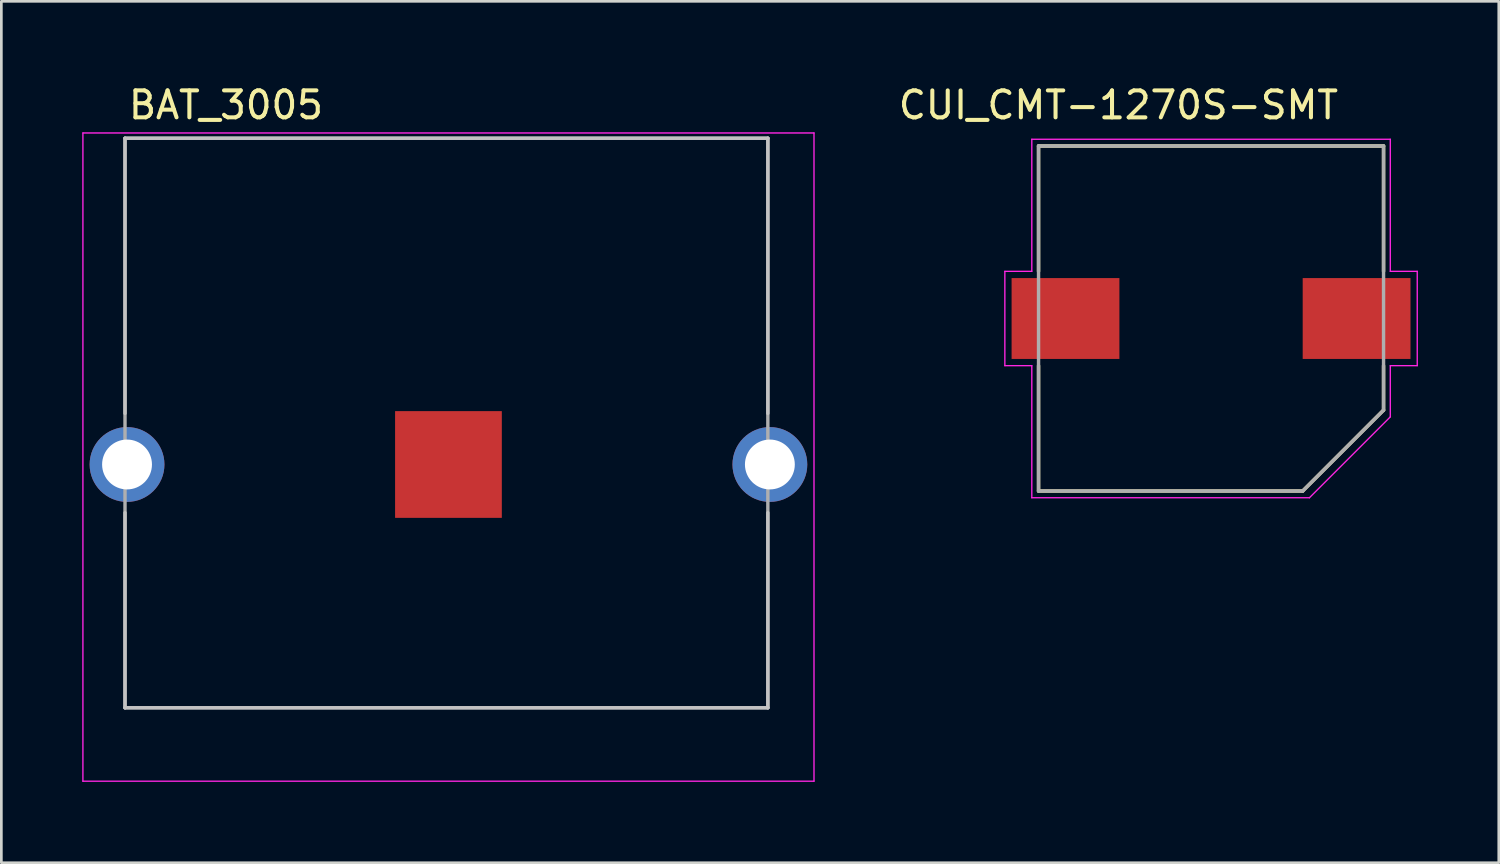
<source format=kicad_pcb>
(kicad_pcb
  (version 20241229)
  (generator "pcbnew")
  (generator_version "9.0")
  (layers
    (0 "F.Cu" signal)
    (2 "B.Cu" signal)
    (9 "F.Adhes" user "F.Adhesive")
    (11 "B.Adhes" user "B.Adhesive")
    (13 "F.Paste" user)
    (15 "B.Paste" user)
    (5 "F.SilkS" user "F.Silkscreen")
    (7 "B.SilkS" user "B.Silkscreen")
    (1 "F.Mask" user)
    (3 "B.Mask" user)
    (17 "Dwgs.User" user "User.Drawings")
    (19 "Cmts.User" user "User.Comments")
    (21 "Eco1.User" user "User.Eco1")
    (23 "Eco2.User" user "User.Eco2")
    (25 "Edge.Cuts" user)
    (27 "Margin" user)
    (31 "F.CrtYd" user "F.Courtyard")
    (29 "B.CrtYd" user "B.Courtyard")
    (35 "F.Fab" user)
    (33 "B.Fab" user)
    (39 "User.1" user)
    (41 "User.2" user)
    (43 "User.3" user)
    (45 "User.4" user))
  (footprint "BAT_3005"
    (layer "F.Cu")
    (at 13.588 14.183)
    (property "Reference" "BAT_3005" (at -8.255 -13.335 0) (layer "F.SilkS") (effects (font (size 1 1) (thickness 0.15))))
    (attr through_hole)
    (fp_line (start -12 -12.104) (end 11.85 -12.104) (stroke (width 0.127) (type solid)) (layer "Dwgs.User"))
    (fp_line (start -12 -1.896) (end -12 -12.104) (stroke (width 0.127) (type solid)) (layer "Dwgs.User"))
    (fp_line (start -12 9.026) (end -12 1.789) (stroke (width 0.127) (type solid)) (layer "Dwgs.User"))
    (fp_line (start 11.85 -12.104) (end 11.85 -1.896) (stroke (width 0.127) (type solid)) (layer "Dwgs.User"))
    (fp_line (start 11.85 9.026) (end -12 9.026) (stroke (width 0.127) (type solid)) (layer "Dwgs.User"))
    (fp_line (start 11.85 9.026) (end 11.85 1.789) (stroke (width 0.127) (type solid)) (layer "Dwgs.User"))
    (fp_line (start -13.562 -12.3) (end -13.562 11.75) (stroke (width 0.05) (type solid)) (layer "F.CrtYd"))
    (fp_line (start -13.562 11.75) (end 13.562 11.75) (stroke (width 0.05) (type solid)) (layer "F.CrtYd"))
    (fp_line (start 13.562 -12.3) (end -13.562 -12.3) (stroke (width 0.05) (type solid)) (layer "F.CrtYd"))
    (fp_line (start 13.562 11.75) (end 13.562 -12.3) (stroke (width 0.05) (type solid)) (layer "F.CrtYd"))
    (fp_line (start -12 -12.104) (end 11.85 -12.104) (stroke (width 0.127) (type solid)) (layer "F.Fab"))
    (fp_line (start -12 9.026) (end -12 -12.104) (stroke (width 0.127) (type solid)) (layer "F.Fab"))
    (fp_line (start 11.85 -12.104) (end 11.85 9.026) (stroke (width 0.127) (type solid)) (layer "F.Fab"))
    (fp_line (start 11.85 9.026) (end -12 9.026) (stroke (width 0.127) (type solid)) (layer "F.Fab"))
    (pad "1" thru_hole circle (at -11.925 0) (size 2.775 2.775) (drill 1.85) (layers "*.Cu" "*.Mask"))
    (pad "1" thru_hole circle (at 11.925 0) (size 2.775 2.775) (drill 1.85) (layers "*.Cu" "*.Mask"))
    (pad "2" smd rect (at 0 0) (size 3.96 3.96) (layers "F.Cu" "F.Mask")))
  (footprint "CUI_CMT-1270S-SMT"
    (layer "F.Cu")
    (at 41.881 8.767)
    (property "Reference" "CUI_CMT-1270S-SMT" (at -3.436 -7.918 0) (layer "F.SilkS") (effects (font (size 1 1) (thickness 0.15))))
    (attr smd)
    (fp_line (start -6.4 -6.4) (end -6.4 -1.75) (stroke (width 0.127) (type solid)) (layer "F.SilkS"))
    (fp_line (start -6.4 -6.4) (end 6.4 -6.4) (stroke (width 0.127) (type solid)) (layer "F.SilkS"))
    (fp_line (start -6.4 1.75) (end -6.4 6.4) (stroke (width 0.127) (type solid)) (layer "F.SilkS"))
    (fp_line (start 3.4 6.4) (end -6.4 6.4) (stroke (width 0.127) (type solid)) (layer "F.SilkS"))
    (fp_line (start 6.4 -6.4) (end 6.4 -1.75) (stroke (width 0.127) (type solid)) (layer "F.SilkS"))
    (fp_line (start 6.4 3.4) (end 3.4 6.4) (stroke (width 0.127) (type solid)) (layer "F.SilkS"))
    (fp_line (start 6.4 3.4) (end 6.4 1.75) (stroke (width 0.127) (type solid)) (layer "F.SilkS"))
    (fp_line (start -7.65 -1.75) (end -7.65 1.75) (stroke (width 0.05) (type solid)) (layer "F.CrtYd"))
    (fp_line (start -7.65 -1.75) (end -6.65 -1.75) (stroke (width 0.05) (type solid)) (layer "F.CrtYd"))
    (fp_line (start -7.65 1.75) (end -6.65 1.75) (stroke (width 0.05) (type solid)) (layer "F.CrtYd"))
    (fp_line (start -6.65 -1.75) (end -6.65 -6.65) (stroke (width 0.05) (type solid)) (layer "F.CrtYd"))
    (fp_line (start -6.65 1.75) (end -6.65 6.65) (stroke (width 0.05) (type solid)) (layer "F.CrtYd"))
    (fp_line (start -6.65 6.65) (end 3.65 6.65) (stroke (width 0.05) (type solid)) (layer "F.CrtYd"))
    (fp_line (start 3.65 6.65) (end 6.65 3.65) (stroke (width 0.05) (type solid)) (layer "F.CrtYd"))
    (fp_line (start 6.65 -6.65) (end -6.65 -6.65) (stroke (width 0.05) (type solid)) (layer "F.CrtYd"))
    (fp_line (start 6.65 -1.75) (end 6.65 -6.65) (stroke (width 0.05) (type solid)) (layer "F.CrtYd"))
    (fp_line (start 6.65 -1.75) (end 7.65 -1.75) (stroke (width 0.05) (type solid)) (layer "F.CrtYd"))
    (fp_line (start 6.65 1.75) (end 7.65 1.75) (stroke (width 0.05) (type solid)) (layer "F.CrtYd"))
    (fp_line (start 6.65 3.65) (end 6.65 1.75) (stroke (width 0.05) (type solid)) (layer "F.CrtYd"))
    (fp_line (start 7.65 1.75) (end 7.65 -1.75) (stroke (width 0.05) (type solid)) (layer "F.CrtYd"))
    (fp_line (start -6.4 -6.4) (end 6.4 -6.4) (stroke (width 0.127) (type solid)) (layer "F.Fab"))
    (fp_line (start -6.4 6.4) (end -6.4 -6.4) (stroke (width 0.127) (type solid)) (layer "F.Fab"))
    (fp_line (start 3.4 6.4) (end -6.4 6.4) (stroke (width 0.127) (type solid)) (layer "F.Fab"))
    (fp_line (start 6.4 -6.4) (end 6.4 3.4) (stroke (width 0.127) (type solid)) (layer "F.Fab"))
    (fp_line (start 6.4 3.4) (end 3.4 6.4) (stroke (width 0.127) (type solid)) (layer "F.Fab"))
    (pad "1" smd rect (at -5.4 0) (size 4 3) (layers "F.Cu" "F.Mask" "F.Paste"))
    (pad "2" smd rect (at 5.4 0) (size 4 3) (layers "F.Cu" "F.Mask" "F.Paste")))
  (gr_rect
    (start -3 -3)
    (end 52.556 28.958)
    (stroke (width 0.1) (type default))
    (fill no)
    (layer "Edge.Cuts")))
</source>
